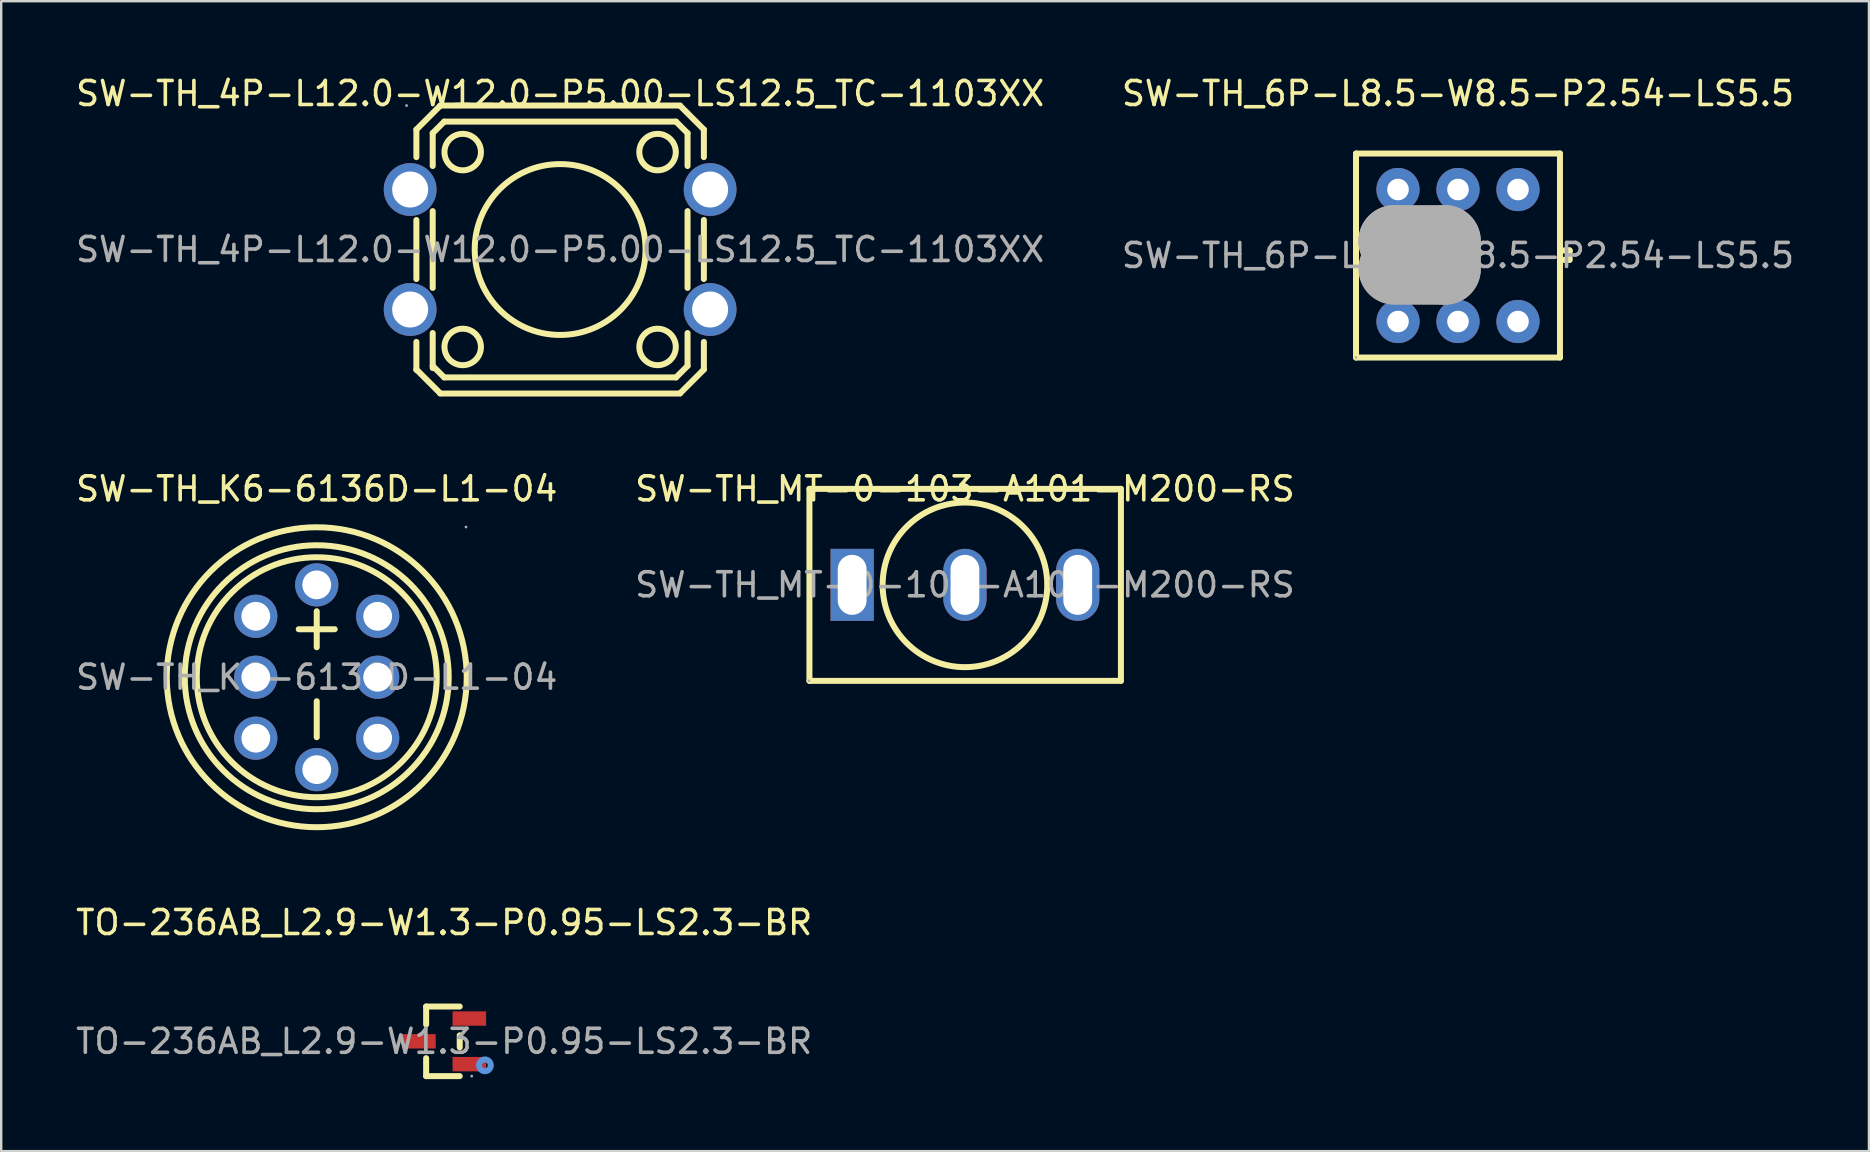
<source format=kicad_pcb>
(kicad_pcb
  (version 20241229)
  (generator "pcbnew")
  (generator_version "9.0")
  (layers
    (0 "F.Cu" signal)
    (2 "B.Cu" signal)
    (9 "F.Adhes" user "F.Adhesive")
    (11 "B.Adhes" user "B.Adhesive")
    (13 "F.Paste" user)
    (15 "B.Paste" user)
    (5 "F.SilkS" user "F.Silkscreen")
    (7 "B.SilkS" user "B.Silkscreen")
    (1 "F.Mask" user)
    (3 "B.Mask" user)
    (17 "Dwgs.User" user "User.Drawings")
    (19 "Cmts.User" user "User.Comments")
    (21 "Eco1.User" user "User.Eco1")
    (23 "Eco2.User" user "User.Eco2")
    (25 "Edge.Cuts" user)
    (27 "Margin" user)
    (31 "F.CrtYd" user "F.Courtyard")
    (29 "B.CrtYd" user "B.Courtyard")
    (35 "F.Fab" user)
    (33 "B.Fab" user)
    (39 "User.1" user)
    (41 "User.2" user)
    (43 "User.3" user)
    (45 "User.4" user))
  (footprint "TO-236AB_L2.9-W1.3-P0.95-LS2.3-BR"
    (layer "F.Cu")
    (at 15.458 40.345)
    (property "Reference" "TO-236AB_L2.9-W1.3-P0.95-LS2.3-BR" (at 0 -4.95 0) (layer "F.SilkS") (effects (font (size 1 1) (thickness 0.15))))
    (attr smd)
    (fp_line (start -0.75 -1.45) (end 0.65 -1.45) (stroke (width 0.25) (type solid)) (layer "F.SilkS"))
    (fp_line (start -0.75 -0.7) (end -0.75 -1.45) (stroke (width 0.25) (type solid)) (layer "F.SilkS"))
    (fp_line (start -0.75 1.45) (end -0.75 0.7) (stroke (width 0.25) (type solid)) (layer "F.SilkS"))
    (fp_line (start -0.75 1.45) (end 0.65 1.45) (stroke (width 0.25) (type solid)) (layer "F.SilkS"))
    (fp_line (start 0.65 0.25) (end 0.65 -0.25) (stroke (width 0.25) (type solid)) (layer "F.SilkS"))
    (fp_circle (center 1.7 1) (end 1.82 1) (stroke (width 0.25) (type solid)) (fill no) (layer "Cmts.User"))
    (fp_circle (center 1.15 1.45) (end 1.18 1.45) (stroke (width 0.06) (type solid)) (fill no) (layer "F.Fab"))
    (fp_text user "${REFERENCE}" (at 0 0 0) (layer "F.Fab") (effects (font (size 1 1) (thickness 0.15))))
    (pad "1" smd rect (at 1.05 0.95) (size 1.4 0.6) (layers "F.Cu" "F.Mask" "F.Paste"))
    (pad "2" smd rect (at 1.05 -0.95) (size 1.4 0.6) (layers "F.Cu" "F.Mask" "F.Paste"))
    (pad "3" smd rect (at -1.05 0) (size 1.4 0.6) (layers "F.Cu" "F.Mask" "F.Paste")))
  (footprint "SW-TH_K6-6136D-L1-04"
    (layer "F.Cu")
    (at 10.149 25.172)
    (property "Reference" "SW-TH_K6-6136D-L1-04" (at 0 -7.85 0) (layer "F.SilkS") (effects (font (size 1 1) (thickness 0.15))))
    (attr through_hole)
    (fp_line (start -0.75 -2) (end 0.75 -2) (stroke (width 0.25) (type solid)) (layer "F.SilkS"))
    (fp_line (start 0 -1.25) (end 0 -2.75) (stroke (width 0.25) (type solid)) (layer "F.SilkS"))
    (fp_line (start 0 2.5) (end 0 1) (stroke (width 0.25) (type solid)) (layer "F.SilkS"))
    (fp_circle (center 0 0) (end 5 0) (stroke (width 0.25) (type solid)) (fill no) (layer "F.SilkS"))
    (fp_circle (center 0 0) (end 5.5 0) (stroke (width 0.25) (type solid)) (fill no) (layer "F.SilkS"))
    (fp_circle (center 0 0) (end 6.25 0) (stroke (width 0.25) (type solid)) (fill no) (layer "F.SilkS"))
    (fp_circle (center -2.54 -2.54) (end -2.29 -2.54) (stroke (width 0.5) (type solid)) (fill no) (layer "F.Fab"))
    (fp_circle (center -2.54 0) (end -2.29 0) (stroke (width 0.5) (type solid)) (fill no) (layer "F.Fab"))
    (fp_circle (center -2.54 2.54) (end -2.29 2.54) (stroke (width 0.5) (type solid)) (fill no) (layer "F.Fab"))
    (fp_circle (center 0 -3.85) (end 0.25 -3.85) (stroke (width 0.5) (type solid)) (fill no) (layer "F.Fab"))
    (fp_circle (center 0 3.85) (end 0.25 3.85) (stroke (width 0.5) (type solid)) (fill no) (layer "F.Fab"))
    (fp_circle (center 2.54 -2.54) (end 2.79 -2.54) (stroke (width 0.5) (type solid)) (fill no) (layer "F.Fab"))
    (fp_circle (center 2.54 0) (end 2.79 0) (stroke (width 0.5) (type solid)) (fill no) (layer "F.Fab"))
    (fp_circle (center 2.54 2.54) (end 2.79 2.54) (stroke (width 0.5) (type solid)) (fill no) (layer "F.Fab"))
    (fp_circle (center 6.22 -6.26) (end 6.25 -6.26) (stroke (width 0.06) (type solid)) (fill no) (layer "F.Fab"))
    (fp_text user "${REFERENCE}" (at 0 0 0) (layer "F.Fab") (effects (font (size 1 1) (thickness 0.15))))
    (pad "1" thru_hole circle (at -2.54 -2.54 270) (size 1.8 1.8) (drill 1.2) (layers "*.Cu" "*.Mask"))
    (pad "2" thru_hole circle (at -2.54 0 270) (size 1.8 1.8) (drill 1.2) (layers "*.Cu" "*.Mask"))
    (pad "3" thru_hole circle (at -2.54 2.54 270) (size 1.8 1.8) (drill 1.2) (layers "*.Cu" "*.Mask"))
    (pad "4" thru_hole circle (at 2.54 -2.54 270) (size 1.8 1.8) (drill 1.2) (layers "*.Cu" "*.Mask"))
    (pad "5" thru_hole circle (at 2.54 0 270) (size 1.8 1.8) (drill 1.2) (layers "*.Cu" "*.Mask"))
    (pad "6" thru_hole circle (at 2.54 2.54 270) (size 1.8 1.8) (drill 1.2) (layers "*.Cu" "*.Mask"))
    (pad "L1" thru_hole circle (at 0 -3.85 270) (size 1.8 1.8) (drill 1.2) (layers "*.Cu" "*.Mask"))
    (pad "L2" thru_hole circle (at 0 3.85 270) (size 1.8 1.8) (drill 1.2) (layers "*.Cu" "*.Mask")))
  (footprint "SW-TH_4P-L12.0-W12.0-P5.00-LS12.5_TC-1103XX"
    (layer "F.Cu")
    (at 20.292 7.348)
    (property "Reference" "SW-TH_4P-L12.0-W12.0-P5.00-LS12.5_TC-1103XX" (at 0 -6.5 0) (layer "F.SilkS") (effects (font (size 1 1) (thickness 0.15))))
    (attr through_hole)
    (fp_line (start -5.99 -5) (end -5.99 -3.85) (stroke (width 0.25) (type solid)) (layer "F.SilkS"))
    (fp_line (start -5.99 -1.23) (end -5.99 1.23) (stroke (width 0.25) (type solid)) (layer "F.SilkS"))
    (fp_line (start -5.99 3.85) (end -5.99 5.02) (stroke (width 0.25) (type solid)) (layer "F.SilkS"))
    (fp_line (start -5.99 5) (end -5 5.99) (stroke (width 0.25) (type solid)) (layer "F.SilkS"))
    (fp_line (start -5.31 -4.85) (end -5.31 -3.48) (stroke (width 0.25) (type solid)) (layer "F.SilkS"))
    (fp_line (start -5.31 -4.85) (end -4.83 -5.33) (stroke (width 0.25) (type solid)) (layer "F.SilkS"))
    (fp_line (start -5.31 -1.6) (end -5.31 1.6) (stroke (width 0.25) (type solid)) (layer "F.SilkS"))
    (fp_line (start -5.31 3.48) (end -5.31 4.94) (stroke (width 0.25) (type solid)) (layer "F.SilkS"))
    (fp_line (start -5 -6) (end 5 -6) (stroke (width 0.25) (type solid)) (layer "F.SilkS"))
    (fp_line (start -5 -5.99) (end -5.99 -5) (stroke (width 0.25) (type solid)) (layer "F.SilkS"))
    (fp_line (start -4.83 -5.33) (end 4.83 -5.33) (stroke (width 0.25) (type solid)) (layer "F.SilkS"))
    (fp_line (start -4.83 5.33) (end -5.31 4.85) (stroke (width 0.25) (type solid)) (layer "F.SilkS"))
    (fp_line (start 4.83 -5.33) (end 5.31 -4.85) (stroke (width 0.25) (type solid)) (layer "F.SilkS"))
    (fp_line (start 4.83 5.33) (end -4.83 5.33) (stroke (width 0.25) (type solid)) (layer "F.SilkS"))
    (fp_line (start 5 -5.99) (end 5.99 -5) (stroke (width 0.25) (type solid)) (layer "F.SilkS"))
    (fp_line (start 5 6) (end -5 6) (stroke (width 0.25) (type solid)) (layer "F.SilkS"))
    (fp_line (start 5.31 -4.85) (end 5.31 -3.48) (stroke (width 0.25) (type solid)) (layer "F.SilkS"))
    (fp_line (start 5.31 -1.6) (end 5.31 1.6) (stroke (width 0.25) (type solid)) (layer "F.SilkS"))
    (fp_line (start 5.31 3.48) (end 5.31 4.85) (stroke (width 0.25) (type solid)) (layer "F.SilkS"))
    (fp_line (start 5.31 4.85) (end 4.83 5.33) (stroke (width 0.25) (type solid)) (layer "F.SilkS"))
    (fp_line (start 5.99 -5) (end 5.99 -3.85) (stroke (width 0.25) (type solid)) (layer "F.SilkS"))
    (fp_line (start 5.99 -1.23) (end 5.99 1.23) (stroke (width 0.25) (type solid)) (layer "F.SilkS"))
    (fp_line (start 5.99 3.85) (end 5.99 5) (stroke (width 0.25) (type solid)) (layer "F.SilkS"))
    (fp_line (start 5.99 5) (end 5 5.99) (stroke (width 0.25) (type solid)) (layer "F.SilkS"))
    (fp_circle (center -4.06 -4.06) (end -3.3 -4.06) (stroke (width 0.25) (type solid)) (fill no) (layer "F.SilkS"))
    (fp_circle (center -4.06 4.06) (end -3.3 4.06) (stroke (width 0.25) (type solid)) (fill no) (layer "F.SilkS"))
    (fp_circle (center 0 0) (end 3.56 0) (stroke (width 0.25) (type solid)) (fill no) (layer "F.SilkS"))
    (fp_circle (center 4.06 -4.06) (end 4.82 -4.06) (stroke (width 0.25) (type solid)) (fill no) (layer "F.SilkS"))
    (fp_circle (center 4.06 4.06) (end 4.82 4.06) (stroke (width 0.25) (type solid)) (fill no) (layer "F.SilkS"))
    (fp_circle (center -6.4 -6) (end -6.37 -6) (stroke (width 0.06) (type solid)) (fill no) (layer "F.Fab"))
    (fp_text user "${REFERENCE}" (at 0 0 0) (layer "F.Fab") (effects (font (size 1 1) (thickness 0.15))))
    (pad "1" thru_hole circle (at -6.25 -2.5) (size 2.2 2.2) (drill 1.5) (layers "*.Cu" "*.Mask"))
    (pad "2" thru_hole circle (at 6.25 -2.5) (size 2.2 2.2) (drill 1.5) (layers "*.Cu" "*.Mask"))
    (pad "3" thru_hole circle (at -6.25 2.5) (size 2.2 2.2) (drill 1.5) (layers "*.Cu" "*.Mask"))
    (pad "4" thru_hole circle (at 6.25 2.5) (size 2.2 2.2) (drill 1.5) (layers "*.Cu" "*.Mask")))
  (footprint "SW-TH_MT-0-103-A101-M200-RS"
    (layer "F.Cu")
    (at 37.161 21.322)
    (property "Reference" "SW-TH_MT-0-103-A101-M200-RS" (at 0 -4 0) (layer "F.SilkS") (effects (font (size 1 1) (thickness 0.15))))
    (attr through_hole)
    (fp_line (start -6.48 4) (end -6.48 -4) (stroke (width 0.25) (type solid)) (layer "F.SilkS"))
    (fp_line (start 6.5 -4) (end -6.48 -4) (stroke (width 0.25) (type solid)) (layer "F.SilkS"))
    (fp_line (start 6.5 -4) (end 6.5 4) (stroke (width 0.25) (type solid)) (layer "F.SilkS"))
    (fp_line (start 6.5 4) (end -6.48 4) (stroke (width 0.25) (type solid)) (layer "F.SilkS"))
    (fp_circle (center 0 0) (end 3.43 0) (stroke (width 0.25) (type solid)) (fill no) (layer "F.SilkS"))
    (fp_circle (center -6.5 4) (end -6.47 4) (stroke (width 0.06) (type solid)) (fill no) (layer "F.Fab"))
    (fp_text user "${REFERENCE}" (at 0 0 0) (layer "F.Fab") (effects (font (size 1 1) (thickness 0.15))))
    (pad "1" thru_hole rect (at -4.7 0) (size 1.8 3) (drill oval 1.2 2.5) (layers "*.Cu" "*.Mask"))
    (pad "2" thru_hole oval (at 0 0) (size 1.8 3) (drill oval 1.2 2.5) (layers "*.Cu" "*.Mask"))
    (pad "3" thru_hole oval (at 4.7 0) (size 1.8 3) (drill oval 1.2 2.5) (layers "*.Cu" "*.Mask")))
  (footprint "SW-TH_6P-L8.5-W8.5-P2.54-LS5.5"
    (layer "F.Cu")
    (at 57.708 7.598)
    (property "Reference" "SW-TH_6P-L8.5-W8.5-P2.54-LS5.5" (at 0 -6.75 0) (layer "F.SilkS") (effects (font (size 1 1) (thickness 0.15))))
    (attr through_hole)
    (fp_line (start -4.25 -4.25) (end 4.25 -4.25) (stroke (width 0.25) (type solid)) (layer "F.SilkS"))
    (fp_line (start -4.25 4.25) (end -4.25 -4.25) (stroke (width 0.25) (type solid)) (layer "F.SilkS"))
    (fp_line (start 4.25 -4.25) (end 4.25 4.25) (stroke (width 0.25) (type solid)) (layer "F.SilkS"))
    (fp_line (start 4.25 -0.21) (end 4.25 -0.21) (stroke (width 0.25) (type solid)) (layer "F.SilkS"))
    (fp_line (start 4.25 0.18) (end 4.65 0.18) (stroke (width 0.25) (type solid)) (layer "F.SilkS"))
    (fp_line (start 4.25 4.25) (end -4.25 4.25) (stroke (width 0.25) (type solid)) (layer "F.SilkS"))
    (fp_line (start 4.65 -0.21) (end 4.25 -0.21) (stroke (width 0.25) (type solid)) (layer "F.SilkS"))
    (fp_line (start 4.65 -0.21) (end 4.65 -0.21) (stroke (width 0.25) (type solid)) (layer "F.SilkS"))
    (fp_line (start 4.65 0.18) (end 4.65 -0.21) (stroke (width 0.25) (type solid)) (layer "F.SilkS"))
    (fp_line (start -2.65 -0.6) (end -2.65 -0.6) (stroke (width 3) (type solid)) (layer "F.Fab"))
    (fp_line (start -2.65 -0.6) (end -0.55 -0.6) (stroke (width 3) (type solid)) (layer "F.Fab"))
    (fp_line (start -2.35 -0.3) (end -2.35 -0.3) (stroke (width 3) (type solid)) (layer "F.Fab"))
    (fp_line (start -2.35 -0.3) (end -0.85 -0.3) (stroke (width 3) (type solid)) (layer "F.Fab"))
    (fp_line (start -0.85 -0.3) (end -0.85 0.25) (stroke (width 3) (type solid)) (layer "F.Fab"))
    (fp_line (start -0.85 0.25) (end -2.35 0.25) (stroke (width 3) (type solid)) (layer "F.Fab"))
    (fp_line (start -0.55 -0.6) (end -0.55 0.55) (stroke (width 3) (type solid)) (layer "F.Fab"))
    (fp_line (start -0.55 0.55) (end -2.65 0.55) (stroke (width 3) (type solid)) (layer "F.Fab"))
    (fp_circle (center -4.25 4.25) (end -4.22 4.25) (stroke (width 0.06) (type solid)) (fill no) (layer "F.Fab"))
    (fp_text user "${REFERENCE}" (at 0 0 0) (layer "F.Fab") (effects (font (size 1 1) (thickness 0.15))))
    (pad "1" thru_hole circle (at -2.5 2.75) (size 1.8 1.8) (drill 0.9) (layers "*.Cu" "*.Mask"))
    (pad "2" thru_hole circle (at 0 2.75) (size 1.8 1.8) (drill 0.9) (layers "*.Cu" "*.Mask"))
    (pad "3" thru_hole circle (at 2.5 2.75) (size 1.8 1.8) (drill 0.9) (layers "*.Cu" "*.Mask"))
    (pad "4" thru_hole circle (at -2.5 -2.75) (size 1.8 1.8) (drill 0.9) (layers "*.Cu" "*.Mask"))
    (pad "5" thru_hole circle (at 0 -2.75) (size 1.8 1.8) (drill 0.9) (layers "*.Cu" "*.Mask"))
    (pad "6" thru_hole circle (at 2.5 -2.75) (size 1.8 1.8) (drill 0.9) (layers "*.Cu" "*.Mask")))
  (gr_rect
    (start -3 -3)
    (end 74.833 44.92)
    (stroke (width 0.1) (type default))
    (fill no)
    (layer "Edge.Cuts")))
</source>
